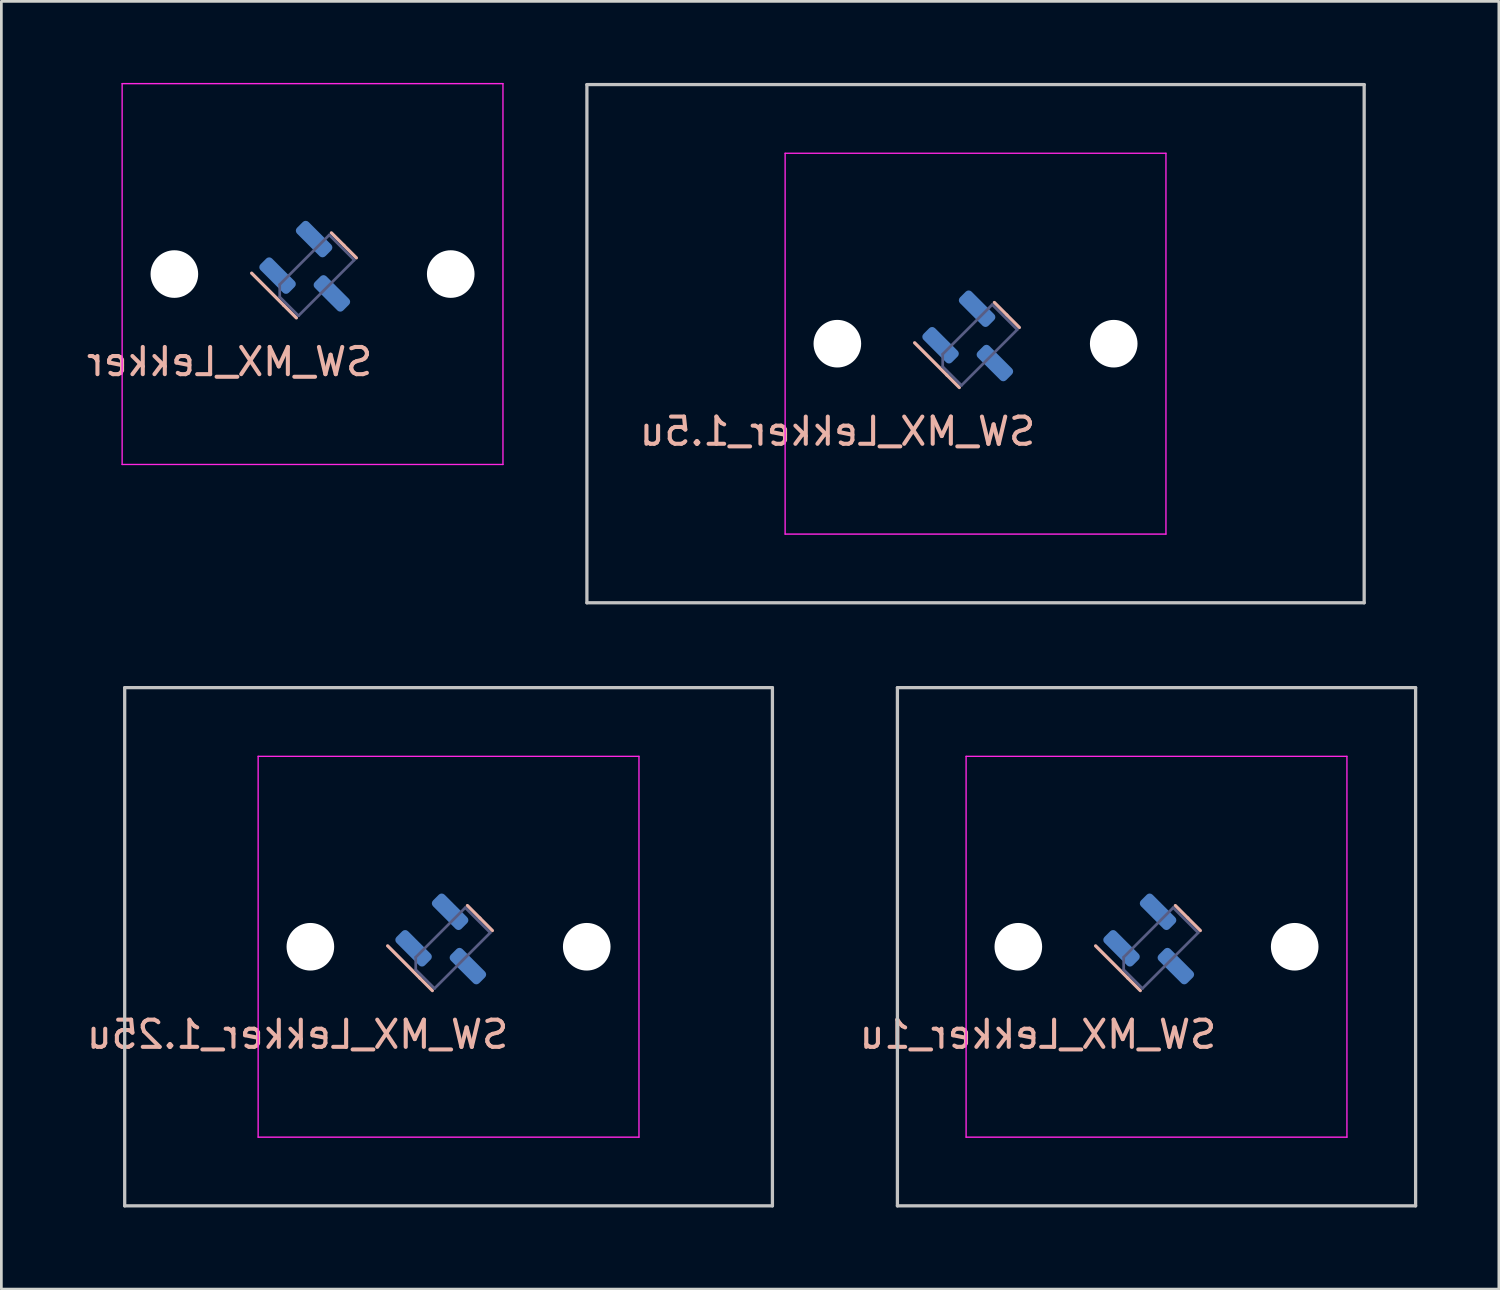
<source format=kicad_pcb>
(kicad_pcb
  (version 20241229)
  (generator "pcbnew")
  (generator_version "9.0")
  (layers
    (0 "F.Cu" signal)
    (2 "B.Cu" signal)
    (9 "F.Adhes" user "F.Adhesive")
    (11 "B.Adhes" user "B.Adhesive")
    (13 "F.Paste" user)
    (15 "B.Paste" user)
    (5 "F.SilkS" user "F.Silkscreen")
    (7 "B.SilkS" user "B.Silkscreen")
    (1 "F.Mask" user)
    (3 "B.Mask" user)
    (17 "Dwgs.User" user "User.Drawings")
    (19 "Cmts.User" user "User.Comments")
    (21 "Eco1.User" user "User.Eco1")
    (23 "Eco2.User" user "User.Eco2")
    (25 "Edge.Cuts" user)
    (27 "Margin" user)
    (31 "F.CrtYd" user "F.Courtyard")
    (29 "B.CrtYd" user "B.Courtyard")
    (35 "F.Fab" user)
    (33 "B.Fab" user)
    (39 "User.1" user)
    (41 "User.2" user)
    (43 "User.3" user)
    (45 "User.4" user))
  (footprint "SW_MX_Lekker"
    (layer "F.Cu")
    (at 8.44 7.025)
    (property "Reference" "SW_MX_Lekker" (at 2.286 3.81 0) (layer "B.SilkS") (effects (font (size 1 1) (thickness 0.15)) (justify left bottom mirror)))
    (attr smd exclude_from_pos_files exclude_from_bom)
    (fp_line (start -1.055 1.151) (end -2.239 -0.033) (stroke (width 0.12) (type solid)) (layer "B.SilkS"))
    (fp_line (start -1.055 1.151) (end -0.595 1.611) (stroke (width 0.12) (type solid)) (layer "B.SilkS"))
    (fp_line (start 1.151 -1.055) (end 0.692 -1.514) (stroke (width 0.12) (type solid)) (layer "B.SilkS"))
    (fp_line (start 1.151 -1.055) (end 1.611 -0.595) (stroke (width 0.12) (type solid)) (layer "B.SilkS"))
    (fp_line (start -7 6.5) (end -7 -6.5) (stroke (width 0.05) (type solid)) (layer "Eco2.User"))
    (fp_line (start -6.5 -7) (end 6.5 -7) (stroke (width 0.05) (type solid)) (layer "Eco2.User"))
    (fp_line (start 6.5 7) (end -6.5 7) (stroke (width 0.05) (type solid)) (layer "Eco2.User"))
    (fp_line (start 7 -6.5) (end 7 6.5) (stroke (width 0.05) (type solid)) (layer "Eco2.User"))
    (fp_arc (start -7 -6.5) (mid -6.853553 -6.853553) (end -6.5 -7) (stroke (width 0.05) (type solid)) (layer "Eco2.User"))
    (fp_arc (start -6.5 7) (mid -6.853553 6.853553) (end -7 6.5) (stroke (width 0.05) (type solid)) (layer "Eco2.User"))
    (fp_arc (start 6.5 -7) (mid 6.853553 -6.853553) (end 7 -6.5) (stroke (width 0.05) (type solid)) (layer "Eco2.User"))
    (fp_arc (start 6.997236 6.498884) (mid 6.850789 6.852437) (end 6.497236 6.998884) (stroke (width 0.05) (type solid)) (layer "Eco2.User"))
    (fp_line (start -7 -7) (end -7 7) (stroke (width 0.05) (type solid)) (layer "F.CrtYd"))
    (fp_line (start -7 7) (end 7 7) (stroke (width 0.05) (type solid)) (layer "F.CrtYd"))
    (fp_line (start 7 -7) (end -7 -7) (stroke (width 0.05) (type solid)) (layer "F.CrtYd"))
    (fp_line (start 7 7) (end 7 -7) (stroke (width 0.05) (type solid)) (layer "F.CrtYd"))
    (fp_line (start -1.207 0.384) (end -1.207 0.844) (stroke (width 0.1) (type solid)) (layer "B.Fab"))
    (fp_line (start -1.207 0.844) (end -0.517 1.533) (stroke (width 0.1) (type solid)) (layer "B.Fab"))
    (fp_line (start -0.517 1.533) (end 1.533 -0.517) (stroke (width 0.1) (type solid)) (layer "B.Fab"))
    (fp_line (start 0.614 -1.437) (end -1.207 0.384) (stroke (width 0.1) (type solid)) (layer "B.Fab"))
    (fp_line (start 1.533 -0.517) (end 0.614 -1.437) (stroke (width 0.1) (type solid)) (layer "B.Fab"))
    (pad "" np_thru_hole circle (at -5.08 0) (size 1.75 1.75) (drill 1.75) (layers "*.Cu" "*.Mask"))
    (pad "" np_thru_hole circle (at 5.08 0) (size 1.75 1.75) (drill 1.75) (layers "*.Cu" "*.Mask"))
    (pad "1" smd roundrect (at -1.286 0.057 135) (size 1.475 0.6) (layers "B.Cu" "B.Mask" "B.Paste") (roundrect_rratio 0.25))
    (pad "2" smd roundrect (at 0.057 -1.286 135) (size 1.475 0.6) (layers "B.Cu" "B.Mask" "B.Paste") (roundrect_rratio 0.25))
    (pad "3" smd roundrect (at 0.711 0.711 135) (size 1.475 0.6) (layers "B.Cu" "B.Mask" "B.Paste") (roundrect_rratio 0.25))
    (zone (net_name "") (layer "F.Cu") (hatch edge 0.5) (connect_pads) (min_thickness 0.25) (filled_areas_thickness no) (keepout (tracks not_allowed) (vias not_allowed) (pads not_allowed) (copperpour not_allowed) (footprints allowed)) (placement (enabled no)) (fill) (polygon (pts (xy 5.9 4.485) (xy 10.98 4.485) (xy 10.98 9.565) (xy 5.9 9.565)))))
  (footprint "SW_MX_Lekker_1u"
    (layer "F.Cu")
    (at 39.466 31.755)
    (property "Reference" "SW_MX_Lekker_1u" (at 2.286 3.81 0) (layer "B.SilkS") (effects (font (size 1 1) (thickness 0.15)) (justify left bottom mirror)))
    (attr smd exclude_from_pos_files exclude_from_bom)
    (fp_line (start -1.055 1.151) (end -2.239 -0.033) (stroke (width 0.12) (type solid)) (layer "B.SilkS"))
    (fp_line (start -1.055 1.151) (end -0.595 1.611) (stroke (width 0.12) (type solid)) (layer "B.SilkS"))
    (fp_line (start 1.151 -1.055) (end 0.692 -1.514) (stroke (width 0.12) (type solid)) (layer "B.SilkS"))
    (fp_line (start 1.151 -1.055) (end 1.611 -0.595) (stroke (width 0.12) (type solid)) (layer "B.SilkS"))
    (fp_line (start -9.525 -9.525) (end -9.525 9.525) (stroke (width 0.12) (type solid)) (layer "Dwgs.User"))
    (fp_line (start -9.525 9.525) (end 9.525 9.525) (stroke (width 0.12) (type solid)) (layer "Dwgs.User"))
    (fp_line (start 9.525 -9.525) (end -9.525 -9.525) (stroke (width 0.12) (type solid)) (layer "Dwgs.User"))
    (fp_line (start 9.525 9.525) (end 9.525 -9.525) (stroke (width 0.12) (type solid)) (layer "Dwgs.User"))
    (fp_line (start -7 6.5) (end -7 -6.5) (stroke (width 0.05) (type solid)) (layer "Eco2.User"))
    (fp_line (start -6.5 -7) (end 6.5 -7) (stroke (width 0.05) (type solid)) (layer "Eco2.User"))
    (fp_line (start 6.5 7) (end -6.5 7) (stroke (width 0.05) (type solid)) (layer "Eco2.User"))
    (fp_line (start 7 -6.5) (end 7 6.5) (stroke (width 0.05) (type solid)) (layer "Eco2.User"))
    (fp_arc (start -7 -6.5) (mid -6.853553 -6.853553) (end -6.5 -7) (stroke (width 0.05) (type solid)) (layer "Eco2.User"))
    (fp_arc (start -6.5 7) (mid -6.853553 6.853553) (end -7 6.5) (stroke (width 0.05) (type solid)) (layer "Eco2.User"))
    (fp_arc (start 6.5 -7) (mid 6.853553 -6.853553) (end 7 -6.5) (stroke (width 0.05) (type solid)) (layer "Eco2.User"))
    (fp_arc (start 6.997236 6.498884) (mid 6.850789 6.852437) (end 6.497236 6.998884) (stroke (width 0.05) (type solid)) (layer "Eco2.User"))
    (fp_line (start -7 -7) (end -7 7) (stroke (width 0.05) (type solid)) (layer "F.CrtYd"))
    (fp_line (start -7 7) (end 7 7) (stroke (width 0.05) (type solid)) (layer "F.CrtYd"))
    (fp_line (start 7 -7) (end -7 -7) (stroke (width 0.05) (type solid)) (layer "F.CrtYd"))
    (fp_line (start 7 7) (end 7 -7) (stroke (width 0.05) (type solid)) (layer "F.CrtYd"))
    (fp_line (start -1.207 0.384) (end -1.207 0.844) (stroke (width 0.1) (type solid)) (layer "B.Fab"))
    (fp_line (start -1.207 0.844) (end -0.517 1.533) (stroke (width 0.1) (type solid)) (layer "B.Fab"))
    (fp_line (start -0.517 1.533) (end 1.533 -0.517) (stroke (width 0.1) (type solid)) (layer "B.Fab"))
    (fp_line (start 0.614 -1.437) (end -1.207 0.384) (stroke (width 0.1) (type solid)) (layer "B.Fab"))
    (fp_line (start 1.533 -0.517) (end 0.614 -1.437) (stroke (width 0.1) (type solid)) (layer "B.Fab"))
    (pad "" np_thru_hole circle (at -5.08 0) (size 1.75 1.75) (drill 1.75) (layers "*.Cu" "*.Mask"))
    (pad "" np_thru_hole circle (at 5.08 0) (size 1.75 1.75) (drill 1.75) (layers "*.Cu" "*.Mask"))
    (pad "1" smd roundrect (at -1.286 0.057 135) (size 1.475 0.6) (layers "B.Cu" "B.Mask" "B.Paste") (roundrect_rratio 0.25))
    (pad "2" smd roundrect (at 0.057 -1.286 135) (size 1.475 0.6) (layers "B.Cu" "B.Mask" "B.Paste") (roundrect_rratio 0.25))
    (pad "3" smd roundrect (at 0.711 0.711 135) (size 1.475 0.6) (layers "B.Cu" "B.Mask" "B.Paste") (roundrect_rratio 0.25))
    (zone (net_name "") (layer "F.Cu") (hatch edge 0.5) (connect_pads) (min_thickness 0.25) (filled_areas_thickness no) (keepout (tracks not_allowed) (vias not_allowed) (pads not_allowed) (copperpour not_allowed) (footprints allowed)) (placement (enabled no)) (fill) (polygon (pts (xy 36.926 29.215) (xy 42.006 29.215) (xy 42.006 34.295) (xy 36.926 34.295)))))
  (footprint "SW_MX_Lekker_1.5u"
    (layer "F.Cu")
    (at 32.813 9.585)
    (property "Reference" "SW_MX_Lekker_1.5u" (at 2.286 3.81 0) (layer "B.SilkS") (effects (font (size 1 1) (thickness 0.15)) (justify left bottom mirror)))
    (attr smd exclude_from_pos_files exclude_from_bom)
    (fp_line (start -1.055 1.151) (end -2.239 -0.033) (stroke (width 0.12) (type solid)) (layer "B.SilkS"))
    (fp_line (start -1.055 1.151) (end -0.595 1.611) (stroke (width 0.12) (type solid)) (layer "B.SilkS"))
    (fp_line (start 1.151 -1.055) (end 0.692 -1.514) (stroke (width 0.12) (type solid)) (layer "B.SilkS"))
    (fp_line (start 1.151 -1.055) (end 1.611 -0.595) (stroke (width 0.12) (type solid)) (layer "B.SilkS"))
    (fp_line (start -14.287 -9.525) (end -14.287 9.525) (stroke (width 0.12) (type solid)) (layer "Dwgs.User"))
    (fp_line (start -14.287 9.525) (end 14.287 9.525) (stroke (width 0.12) (type solid)) (layer "Dwgs.User"))
    (fp_line (start 14.287 -9.525) (end -14.287 -9.525) (stroke (width 0.12) (type solid)) (layer "Dwgs.User"))
    (fp_line (start 14.287 9.525) (end 14.287 -9.525) (stroke (width 0.12) (type solid)) (layer "Dwgs.User"))
    (fp_line (start -7 6.5) (end -7 -6.5) (stroke (width 0.05) (type solid)) (layer "Eco2.User"))
    (fp_line (start -6.5 -7) (end 6.5 -7) (stroke (width 0.05) (type solid)) (layer "Eco2.User"))
    (fp_line (start 6.5 7) (end -6.5 7) (stroke (width 0.05) (type solid)) (layer "Eco2.User"))
    (fp_line (start 7 -6.5) (end 7 6.5) (stroke (width 0.05) (type solid)) (layer "Eco2.User"))
    (fp_arc (start -7 -6.5) (mid -6.853553 -6.853553) (end -6.5 -7) (stroke (width 0.05) (type solid)) (layer "Eco2.User"))
    (fp_arc (start -6.5 7) (mid -6.853553 6.853553) (end -7 6.5) (stroke (width 0.05) (type solid)) (layer "Eco2.User"))
    (fp_arc (start 6.5 -7) (mid 6.853553 -6.853553) (end 7 -6.5) (stroke (width 0.05) (type solid)) (layer "Eco2.User"))
    (fp_arc (start 6.997236 6.498884) (mid 6.850789 6.852437) (end 6.497236 6.998884) (stroke (width 0.05) (type solid)) (layer "Eco2.User"))
    (fp_line (start -7 -7) (end -7 7) (stroke (width 0.05) (type solid)) (layer "F.CrtYd"))
    (fp_line (start -7 7) (end 7 7) (stroke (width 0.05) (type solid)) (layer "F.CrtYd"))
    (fp_line (start 7 -7) (end -7 -7) (stroke (width 0.05) (type solid)) (layer "F.CrtYd"))
    (fp_line (start 7 7) (end 7 -7) (stroke (width 0.05) (type solid)) (layer "F.CrtYd"))
    (fp_line (start -1.207 0.384) (end -1.207 0.844) (stroke (width 0.1) (type solid)) (layer "B.Fab"))
    (fp_line (start -1.207 0.844) (end -0.517 1.533) (stroke (width 0.1) (type solid)) (layer "B.Fab"))
    (fp_line (start -0.517 1.533) (end 1.533 -0.517) (stroke (width 0.1) (type solid)) (layer "B.Fab"))
    (fp_line (start 0.614 -1.437) (end -1.207 0.384) (stroke (width 0.1) (type solid)) (layer "B.Fab"))
    (fp_line (start 1.533 -0.517) (end 0.614 -1.437) (stroke (width 0.1) (type solid)) (layer "B.Fab"))
    (pad "" np_thru_hole circle (at -5.08 0) (size 1.75 1.75) (drill 1.75) (layers "*.Cu" "*.Mask"))
    (pad "" np_thru_hole circle (at 5.08 0) (size 1.75 1.75) (drill 1.75) (layers "*.Cu" "*.Mask"))
    (pad "1" smd roundrect (at -1.286 0.057 135) (size 1.475 0.6) (layers "B.Cu" "B.Mask" "B.Paste") (roundrect_rratio 0.25))
    (pad "2" smd roundrect (at 0.057 -1.286 135) (size 1.475 0.6) (layers "B.Cu" "B.Mask" "B.Paste") (roundrect_rratio 0.25))
    (pad "3" smd roundrect (at 0.711 0.711 135) (size 1.475 0.6) (layers "B.Cu" "B.Mask" "B.Paste") (roundrect_rratio 0.25))
    (zone (net_name "") (layer "F.Cu") (hatch edge 0.5) (connect_pads) (min_thickness 0.25) (filled_areas_thickness no) (keepout (tracks not_allowed) (vias not_allowed) (pads not_allowed) (copperpour not_allowed) (footprints allowed)) (placement (enabled no)) (fill) (polygon (pts (xy 30.273 7.045) (xy 35.353 7.045) (xy 35.353 12.125) (xy 30.273 12.125)))))
  (footprint "SW_MX_Lekker_1.25u"
    (layer "F.Cu")
    (at 13.44 31.755)
    (property "Reference" "SW_MX_Lekker_1.25u" (at 2.286 3.81 0) (layer "B.SilkS") (effects (font (size 1 1) (thickness 0.15)) (justify left bottom mirror)))
    (attr smd exclude_from_pos_files exclude_from_bom)
    (fp_line (start -1.055 1.151) (end -2.239 -0.033) (stroke (width 0.12) (type solid)) (layer "B.SilkS"))
    (fp_line (start -1.055 1.151) (end -0.595 1.611) (stroke (width 0.12) (type solid)) (layer "B.SilkS"))
    (fp_line (start 1.151 -1.055) (end 0.692 -1.514) (stroke (width 0.12) (type solid)) (layer "B.SilkS"))
    (fp_line (start 1.151 -1.055) (end 1.611 -0.595) (stroke (width 0.12) (type solid)) (layer "B.SilkS"))
    (fp_line (start -11.906 -9.525) (end -11.906 9.525) (stroke (width 0.12) (type solid)) (layer "Dwgs.User"))
    (fp_line (start -11.906 9.525) (end 11.906 9.525) (stroke (width 0.12) (type solid)) (layer "Dwgs.User"))
    (fp_line (start 11.906 -9.525) (end -11.906 -9.525) (stroke (width 0.12) (type solid)) (layer "Dwgs.User"))
    (fp_line (start 11.906 9.525) (end 11.906 -9.525) (stroke (width 0.12) (type solid)) (layer "Dwgs.User"))
    (fp_line (start -7 6.5) (end -7 -6.5) (stroke (width 0.05) (type solid)) (layer "Eco2.User"))
    (fp_line (start -6.5 -7) (end 6.5 -7) (stroke (width 0.05) (type solid)) (layer "Eco2.User"))
    (fp_line (start 6.5 7) (end -6.5 7) (stroke (width 0.05) (type solid)) (layer "Eco2.User"))
    (fp_line (start 7 -6.5) (end 7 6.5) (stroke (width 0.05) (type solid)) (layer "Eco2.User"))
    (fp_arc (start -7 -6.5) (mid -6.853553 -6.853553) (end -6.5 -7) (stroke (width 0.05) (type solid)) (layer "Eco2.User"))
    (fp_arc (start -6.5 7) (mid -6.853553 6.853553) (end -7 6.5) (stroke (width 0.05) (type solid)) (layer "Eco2.User"))
    (fp_arc (start 6.5 -7) (mid 6.853553 -6.853553) (end 7 -6.5) (stroke (width 0.05) (type solid)) (layer "Eco2.User"))
    (fp_arc (start 6.997236 6.498884) (mid 6.850789 6.852437) (end 6.497236 6.998884) (stroke (width 0.05) (type solid)) (layer "Eco2.User"))
    (fp_line (start -7 -7) (end -7 7) (stroke (width 0.05) (type solid)) (layer "F.CrtYd"))
    (fp_line (start -7 7) (end 7 7) (stroke (width 0.05) (type solid)) (layer "F.CrtYd"))
    (fp_line (start 7 -7) (end -7 -7) (stroke (width 0.05) (type solid)) (layer "F.CrtYd"))
    (fp_line (start 7 7) (end 7 -7) (stroke (width 0.05) (type solid)) (layer "F.CrtYd"))
    (fp_line (start -1.207 0.384) (end -1.207 0.844) (stroke (width 0.1) (type solid)) (layer "B.Fab"))
    (fp_line (start -1.207 0.844) (end -0.517 1.533) (stroke (width 0.1) (type solid)) (layer "B.Fab"))
    (fp_line (start -0.517 1.533) (end 1.533 -0.517) (stroke (width 0.1) (type solid)) (layer "B.Fab"))
    (fp_line (start 0.614 -1.437) (end -1.207 0.384) (stroke (width 0.1) (type solid)) (layer "B.Fab"))
    (fp_line (start 1.533 -0.517) (end 0.614 -1.437) (stroke (width 0.1) (type solid)) (layer "B.Fab"))
    (pad "" np_thru_hole circle (at -5.08 0) (size 1.75 1.75) (drill 1.75) (layers "*.Cu" "*.Mask"))
    (pad "" np_thru_hole circle (at 5.08 0) (size 1.75 1.75) (drill 1.75) (layers "*.Cu" "*.Mask"))
    (pad "1" smd roundrect (at -1.286 0.057 135) (size 1.475 0.6) (layers "B.Cu" "B.Mask" "B.Paste") (roundrect_rratio 0.25))
    (pad "2" smd roundrect (at 0.057 -1.286 135) (size 1.475 0.6) (layers "B.Cu" "B.Mask" "B.Paste") (roundrect_rratio 0.25))
    (pad "3" smd roundrect (at 0.711 0.711 135) (size 1.475 0.6) (layers "B.Cu" "B.Mask" "B.Paste") (roundrect_rratio 0.25))
    (zone (net_name "") (layer "F.Cu") (hatch edge 0.5) (connect_pads) (min_thickness 0.25) (filled_areas_thickness no) (keepout (tracks not_allowed) (vias not_allowed) (pads not_allowed) (copperpour not_allowed) (footprints allowed)) (placement (enabled no)) (fill) (polygon (pts (xy 10.9 29.215) (xy 15.98 29.215) (xy 15.98 34.295) (xy 10.9 34.295)))))
  (gr_rect
    (start -3 -3)
    (end 52.051 44.34)
    (stroke (width 0.1) (type default))
    (fill no)
    (layer "Edge.Cuts")))
</source>
